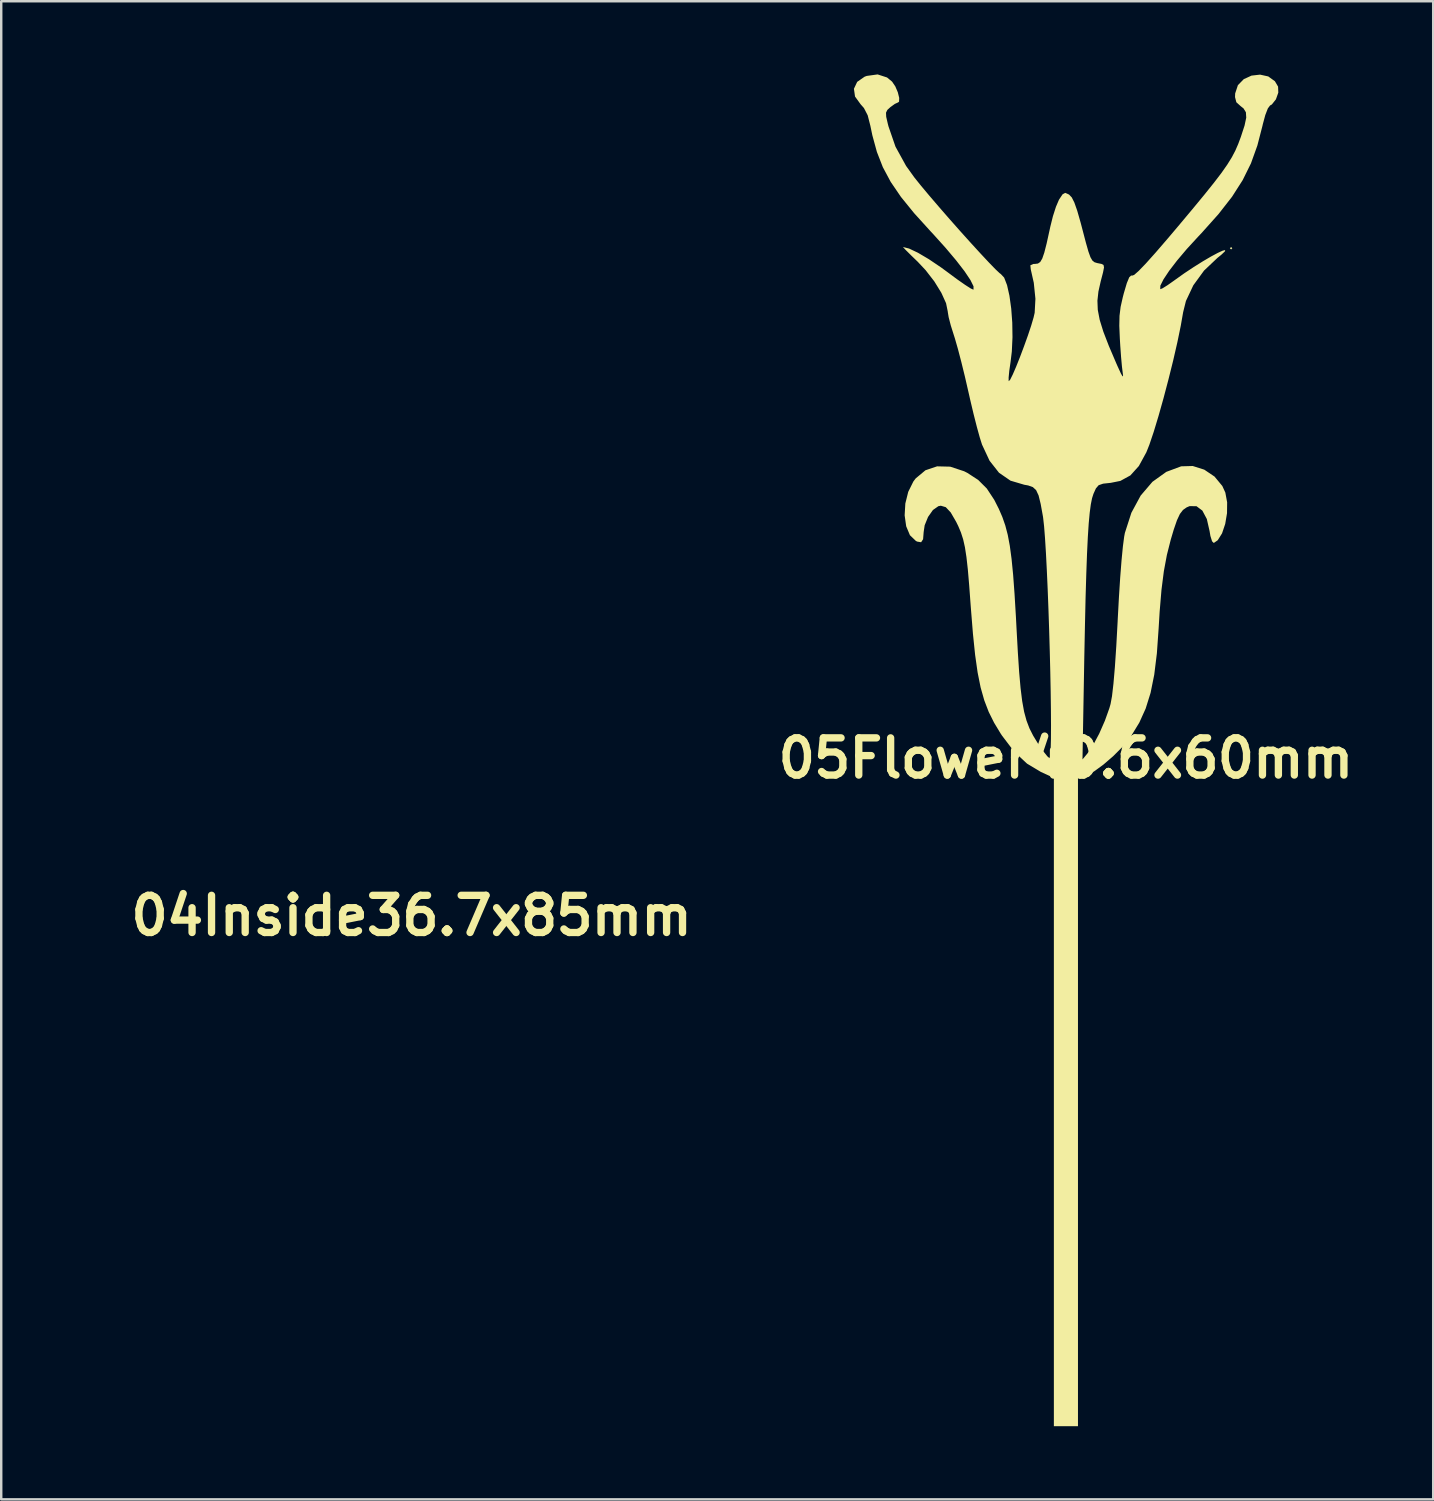
<source format=kicad_pcb>
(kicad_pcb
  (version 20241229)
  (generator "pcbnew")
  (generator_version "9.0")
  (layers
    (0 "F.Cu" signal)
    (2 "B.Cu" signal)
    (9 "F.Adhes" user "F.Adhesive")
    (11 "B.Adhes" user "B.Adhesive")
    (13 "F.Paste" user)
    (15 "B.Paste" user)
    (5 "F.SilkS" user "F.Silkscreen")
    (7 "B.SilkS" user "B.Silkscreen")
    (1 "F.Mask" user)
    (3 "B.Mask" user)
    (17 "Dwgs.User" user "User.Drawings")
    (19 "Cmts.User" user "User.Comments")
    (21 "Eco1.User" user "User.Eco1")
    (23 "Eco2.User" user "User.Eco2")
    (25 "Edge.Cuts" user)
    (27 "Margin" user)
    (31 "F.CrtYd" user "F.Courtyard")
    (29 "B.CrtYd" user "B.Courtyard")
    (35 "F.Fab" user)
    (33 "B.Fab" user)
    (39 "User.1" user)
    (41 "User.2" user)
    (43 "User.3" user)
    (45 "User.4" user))
  (footprint "04Inside36.7x85mm"
    (layer "F.Cu")
    (at 13.821 34.481)
    (property "Reference" "04Inside36.7x85mm" (at 0 0 0) (layer "F.SilkS") (effects (font (size 1.524 1.524) (thickness 0.3))))
    (attr board_only exclude_from_pos_files exclude_from_bom)
    (fp_poly (pts (xy -11.516 -29.816) (xy -10.572 -29.607) (xy -9.495 -29.244) (xy -8.333 -28.747) (xy -7.133 -28.138) (xy -5.976 -27.457) (xy -5.292 -27.024) (xy -5.79 -27.031) (xy -6.151 -27.068) (xy -6.652 -27.161) (xy -7.194 -27.292) (xy -7.284 -27.316) (xy -8.264 -27.63) (xy -9.226 -28.007) (xy -10.122 -28.426) (xy -10.905 -28.862) (xy -11.529 -29.293) (xy -11.89 -29.626) (xy -12.138 -29.907)) (stroke (width 0) (type solid)) (fill yes) (layer "F.Mask"))
    (fp_poly (pts (xy 3.292 -33.618) (xy 3.53 -32.476) (xy 3.577 -31.185) (xy 3.433 -29.754) (xy 3.363 -29.353) (xy 3.253 -28.787) (xy 3.157 -28.323) (xy 3.085 -28.008) (xy 3.047 -27.89) (xy 3.047 -27.89) (xy 3.002 -28.002) (xy 2.919 -28.297) (xy 2.815 -28.715) (xy 2.796 -28.793) (xy 2.607 -29.849) (xy 2.518 -30.931) (xy 2.528 -31.981) (xy 2.636 -32.937) (xy 2.84 -33.739) (xy 2.915 -33.929) (xy 3.077 -34.302)) (stroke (width 0) (type solid)) (fill yes) (layer "F.Mask"))
    (fp_poly (pts (xy 0.243 -33.867) (xy 0.647 -33.31) (xy 1.061 -32.565) (xy 1.459 -31.689) (xy 1.815 -30.741) (xy 2.103 -29.779) (xy 2.122 -29.703) (xy 2.263 -29.124) (xy 2.373 -28.633) (xy 2.443 -28.279) (xy 2.461 -28.113) (xy 2.46 -28.111) (xy 2.382 -28.155) (xy 2.206 -28.367) (xy 1.968 -28.705) (xy 1.913 -28.788) (xy 1.135 -30.077) (xy 0.557 -31.264) (xy 0.167 -32.378) (xy -0.048 -33.448) (xy -0.06 -33.555) (xy -0.14 -34.302)) (stroke (width 0) (type solid)) (fill yes) (layer "F.Mask"))
    (fp_poly (pts (xy -9.679 -32.046) (xy -9.395 -31.933) (xy -9.088 -31.788) (xy -8.53 -31.433) (xy -7.89 -30.898) (xy -7.206 -30.221) (xy -6.513 -29.442) (xy -5.848 -28.598) (xy -5.248 -27.729) (xy -5.212 -27.672) (xy -5.061 -27.416) (xy -5.001 -27.276) (xy -5.006 -27.268) (xy -5.122 -27.333) (xy -5.401 -27.513) (xy -5.801 -27.777) (xy -6.259 -28.086) (xy -7.112 -28.724) (xy -7.92 -29.438) (xy -8.637 -30.179) (xy -9.212 -30.897) (xy -9.506 -31.364) (xy -9.686 -31.718) (xy -9.794 -31.975) (xy -9.808 -32.068)) (stroke (width 0) (type solid)) (fill yes) (layer "F.Mask"))
    (fp_poly (pts (xy 10.078 -34.327) (xy 10.038 -34.097) (xy 9.835 -33.684) (xy 9.471 -33.091) (xy 9.351 -32.91) (xy 8.491 -31.758) (xy 7.453 -30.585) (xy 6.292 -29.453) (xy 5.338 -28.636) (xy 4.867 -28.261) (xy 4.467 -27.951) (xy 4.178 -27.735) (xy 4.037 -27.643) (xy 4.032 -27.641) (xy 4.069 -27.736) (xy 4.224 -27.99) (xy 4.469 -28.362) (xy 4.678 -28.668) (xy 5.82 -30.235) (xy 6.926 -31.606) (xy 7.986 -32.767) (xy 8.987 -33.706) (xy 9.227 -33.904) (xy 9.672 -34.232) (xy 9.956 -34.373)) (stroke (width 0) (type solid)) (fill yes) (layer "F.Mask"))
    (fp_poly (pts (xy -10.589 -27.227) (xy -9.694 -27.174) (xy -8.787 -27.093) (xy -7.901 -26.986) (xy -7.069 -26.854) (xy -6.324 -26.698) (xy -5.932 -26.594) (xy -5.416 -26.442) (xy -6.545 -26.294) (xy -7.304 -26.222) (xy -8.198 -26.178) (xy -9.156 -26.163) (xy -10.11 -26.176) (xy -10.991 -26.217) (xy -11.729 -26.285) (xy -12.033 -26.331) (xy -12.748 -26.477) (xy -13.302 -26.624) (xy -13.668 -26.762) (xy -13.818 -26.884) (xy -13.821 -26.899) (xy -13.703 -27.037) (xy -13.372 -27.141) (xy -12.862 -27.21) (xy -12.206 -27.247) (xy -11.437 -27.252)) (stroke (width 0) (type solid)) (fill yes) (layer "F.Mask"))
    (fp_poly (pts (xy -4.483 -34.125) (xy -4.339 -33.814) (xy -4.187 -33.355) (xy -4.041 -32.798) (xy -3.917 -32.192) (xy -3.84 -31.684) (xy -3.765 -30.843) (xy -3.77 -30.076) (xy -3.839 -29.335) (xy -3.934 -28.613) (xy -4.016 -28.131) (xy -4.094 -27.883) (xy -4.176 -27.861) (xy -4.271 -28.057) (xy -4.386 -28.463) (xy -4.463 -28.778) (xy -4.684 -29.767) (xy -4.836 -30.589) (xy -4.929 -31.313) (xy -4.973 -32.01) (xy -4.98 -32.447) (xy -4.955 -33.082) (xy -4.888 -33.618) (xy -4.787 -34.012) (xy -4.661 -34.219) (xy -4.604 -34.24)) (stroke (width 0) (type solid)) (fill yes) (layer "F.Mask"))
    (fp_poly (pts (xy -3.642 -34.216) (xy -3.198 -33.907) (xy -2.638 -33.424) (xy -1.993 -32.8) (xy -1.291 -32.065) (xy -0.561 -31.25) (xy 0.169 -30.386) (xy 0.869 -29.502) (xy 1.145 -29.135) (xy 1.625 -28.468) (xy 1.94 -27.983) (xy 2.09 -27.682) (xy 2.091 -27.574) (xy 1.979 -27.623) (xy 1.718 -27.79) (xy 1.358 -28.045) (xy 1.228 -28.142) (xy 0.58 -28.671) (xy -0.128 -29.326) (xy -0.862 -30.067) (xy -1.591 -30.858) (xy -2.281 -31.66) (xy -2.899 -32.436) (xy -3.413 -33.148) (xy -3.788 -33.758) (xy -3.927 -34.045) (xy -4.109 -34.481)) (stroke (width 0) (type solid)) (fill yes) (layer "F.Mask"))
    (fp_poly (pts (xy 6.188 -33.95) (xy 6.16 -33.612) (xy 6.076 -33.155) (xy 5.944 -32.617) (xy 5.775 -32.038) (xy 5.576 -31.455) (xy 5.358 -30.907) (xy 5.201 -30.572) (xy 5.012 -30.219) (xy 4.759 -29.777) (xy 4.472 -29.294) (xy 4.18 -28.817) (xy 3.913 -28.395) (xy 3.699 -28.076) (xy 3.569 -27.906) (xy 3.548 -27.89) (xy 3.553 -28.001) (xy 3.605 -28.289) (xy 3.687 -28.668) (xy 4.046 -30.083) (xy 4.423 -31.274) (xy 4.828 -32.266) (xy 5.269 -33.083) (xy 5.367 -33.234) (xy 5.638 -33.623) (xy 5.88 -33.94) (xy 6.039 -34.116) (xy 6.15 -34.131)) (stroke (width 0) (type solid)) (fill yes) (layer "F.Mask"))
    (fp_poly (pts (xy -7.242 -34.316) (xy -7.024 -34.045) (xy -6.877 -33.853) (xy -6.564 -33.387) (xy -6.231 -32.804) (xy -5.942 -32.221) (xy -5.912 -32.153) (xy -5.749 -31.739) (xy -5.558 -31.198) (xy -5.355 -30.578) (xy -5.153 -29.925) (xy -4.966 -29.289) (xy -4.808 -28.715) (xy -4.694 -28.253) (xy -4.637 -27.949) (xy -4.637 -27.861) (xy -4.715 -27.913) (xy -4.897 -28.134) (xy -5.152 -28.484) (xy -5.319 -28.728) (xy -5.822 -29.545) (xy -6.288 -30.426) (xy -6.699 -31.324) (xy -7.038 -32.196) (xy -7.287 -32.997) (xy -7.43 -33.683) (xy -7.448 -34.207) (xy -7.419 -34.376) (xy -7.362 -34.419)) (stroke (width 0) (type solid)) (fill yes) (layer "F.Mask")))
  (footprint "05Flower40.6x60mm"
    (layer "F.Cu")
    (at 40.639 28.028)
    (property "Reference" "05Flower40.6x60mm" (at 0 0 0) (layer "F.SilkS") (effects (font (size 1.524 1.524) (thickness 0.3))))
    (attr board_only exclude_from_pos_files exclude_from_bom)
    (fp_poly (pts (xy 6.819 -20.903) (xy 6.77 -20.854) (xy 6.721 -20.903) (xy 6.77 -20.953)) (stroke (width 0) (type solid)) (fill yes) (layer "F.SilkS"))
    (fp_poly (pts (xy -7.332 -27.903) (xy -7.127 -27.734) (xy -6.994 -27.539) (xy -6.89 -27.295) (xy -6.833 -27.065) (xy -6.839 -26.91) (xy -6.881 -26.879) (xy -7.012 -26.819) (xy -7.197 -26.685) (xy -7.32 -26.572) (xy -7.374 -26.46) (xy -7.366 -26.29) (xy -7.3 -26.004) (xy -7.273 -25.899) (xy -6.986 -25.067) (xy -6.551 -24.277) (xy -6.21 -23.802) (xy -5.94 -23.466) (xy -5.595 -23.054) (xy -5.198 -22.591) (xy -4.77 -22.099) (xy -4.331 -21.603) (xy -3.902 -21.126) (xy -3.505 -20.692) (xy -3.161 -20.324) (xy -2.892 -20.046) (xy -2.717 -19.881) (xy -2.669 -19.847) (xy -2.532 -19.7) (xy -2.413 -19.392) (xy -2.315 -18.957) (xy -2.242 -18.433) (xy -2.199 -17.853) (xy -2.19 -17.255) (xy -2.217 -16.673) (xy -2.269 -16.243) (xy -2.321 -15.883) (xy -2.348 -15.606) (xy -2.347 -15.463) (xy -2.343 -15.455) (xy -2.286 -15.514) (xy -2.181 -15.724) (xy -2.041 -16.047) (xy -1.882 -16.446) (xy -1.717 -16.885) (xy -1.559 -17.325) (xy -1.424 -17.73) (xy -1.326 -18.063) (xy -1.281 -18.257) (xy -1.25 -18.831) (xy -1.317 -19.487) (xy -1.441 -20.038) (xy -1.458 -20.204) (xy -1.341 -20.258) (xy -1.263 -20.261) (xy -1.147 -20.276) (xy -1.053 -20.34) (xy -0.97 -20.48) (xy -0.886 -20.724) (xy -0.79 -21.1) (xy -0.672 -21.636) (xy -0.638 -21.793) (xy -0.533 -22.214) (xy -0.409 -22.601) (xy -0.29 -22.88) (xy -0.274 -22.909) (xy -0.136 -23.115) (xy -0.028 -23.173) (xy 0.109 -23.113) (xy 0.135 -23.097) (xy 0.24 -22.986) (xy 0.346 -22.776) (xy 0.464 -22.44) (xy 0.604 -21.95) (xy 0.682 -21.653) (xy 0.819 -21.13) (xy 0.922 -20.768) (xy 1.006 -20.534) (xy 1.085 -20.398) (xy 1.173 -20.329) (xy 1.285 -20.295) (xy 1.3 -20.292) (xy 1.457 -20.261) (xy 1.542 -20.217) (xy 1.561 -20.115) (xy 1.521 -19.911) (xy 1.43 -19.562) (xy 1.423 -19.534) (xy 1.332 -19.128) (xy 1.291 -18.753) (xy 1.306 -18.377) (xy 1.385 -17.965) (xy 1.534 -17.484) (xy 1.759 -16.901) (xy 2.067 -16.18) (xy 2.12 -16.06) (xy 2.255 -15.767) (xy 2.325 -15.646) (xy 2.342 -15.685) (xy 2.326 -15.813) (xy 2.296 -16.059) (xy 2.261 -16.442) (xy 2.228 -16.9) (xy 2.21 -17.197) (xy 2.188 -17.725) (xy 2.197 -18.134) (xy 2.242 -18.5) (xy 2.332 -18.9) (xy 2.372 -19.053) (xy 2.496 -19.473) (xy 2.596 -19.714) (xy 2.677 -19.789) (xy 2.705 -19.778) (xy 2.794 -19.808) (xy 2.981 -19.972) (xy 3.272 -20.274) (xy 3.671 -20.719) (xy 4.183 -21.313) (xy 4.575 -21.776) (xy 5.182 -22.501) (xy 5.674 -23.097) (xy 6.066 -23.586) (xy 6.375 -23.99) (xy 6.613 -24.33) (xy 6.797 -24.626) (xy 6.942 -24.901) (xy 7.061 -25.175) (xy 7.17 -25.467) (xy 7.322 -25.932) (xy 7.391 -26.256) (xy 7.377 -26.477) (xy 7.279 -26.635) (xy 7.16 -26.729) (xy 6.985 -26.887) (xy 6.931 -27.098) (xy 6.937 -27.249) (xy 7.049 -27.587) (xy 7.289 -27.833) (xy 7.607 -27.979) (xy 7.958 -28.019) (xy 8.294 -27.945) (xy 8.566 -27.748) (xy 8.696 -27.528) (xy 8.705 -27.281) (xy 8.607 -27.006) (xy 8.441 -26.797) (xy 8.367 -26.754) (xy 8.276 -26.633) (xy 8.171 -26.36) (xy 8.068 -25.977) (xy 8.057 -25.926) (xy 7.847 -25.114) (xy 7.584 -24.382) (xy 7.244 -23.694) (xy 6.809 -23.014) (xy 6.255 -22.304) (xy 5.562 -21.529) (xy 5.408 -21.366) (xy 4.952 -20.869) (xy 4.555 -20.399) (xy 4.231 -19.977) (xy 3.998 -19.626) (xy 3.87 -19.369) (xy 3.866 -19.228) (xy 3.869 -19.225) (xy 3.96 -19.261) (xy 4.165 -19.389) (xy 4.442 -19.584) (xy 4.465 -19.601) (xy 4.851 -19.876) (xy 5.24 -20.134) (xy 5.612 -20.367) (xy 5.946 -20.563) (xy 6.224 -20.712) (xy 6.424 -20.804) (xy 6.528 -20.829) (xy 6.516 -20.775) (xy 6.367 -20.634) (xy 6.21 -20.507) (xy 5.661 -19.987) (xy 5.221 -19.383) (xy 4.919 -18.742) (xy 4.805 -18.284) (xy 4.707 -17.724) (xy 4.568 -17.051) (xy 4.397 -16.305) (xy 4.203 -15.526) (xy 3.999 -14.751) (xy 3.793 -14.02) (xy 3.597 -13.373) (xy 3.42 -12.849) (xy 3.296 -12.538) (xy 2.989 -11.976) (xy 2.642 -11.592) (xy 2.232 -11.367) (xy 1.838 -11.288) (xy 1.524 -11.254) (xy 1.342 -11.191) (xy 1.229 -11.059) (xy 1.128 -10.835) (xy 1.071 -10.656) (xy 1.02 -10.402) (xy 0.975 -10.062) (xy 0.934 -9.621) (xy 0.898 -9.066) (xy 0.865 -8.384) (xy 0.835 -7.562) (xy 0.806 -6.586) (xy 0.78 -5.443) (xy 0.753 -4.121) (xy 0.745 -3.657) (xy 0.679 0.049) (xy 0.884 -0.198) (xy 1.117 -0.542) (xy 1.366 -1.011) (xy 1.597 -1.537) (xy 1.781 -2.052) (xy 1.83 -2.224) (xy 1.889 -2.545) (xy 1.948 -3.054) (xy 2.007 -3.738) (xy 2.064 -4.588) (xy 2.119 -5.592) (xy 2.124 -5.699) (xy 2.173 -6.598) (xy 2.225 -7.411) (xy 2.28 -8.112) (xy 2.335 -8.678) (xy 2.388 -9.084) (xy 2.416 -9.233) (xy 2.683 -10.061) (xy 3.064 -10.766) (xy 3.546 -11.33) (xy 4.115 -11.738) (xy 4.724 -11.965) (xy 5.198 -11.978) (xy 5.671 -11.828) (xy 6.091 -11.545) (xy 6.411 -11.158) (xy 6.534 -10.889) (xy 6.608 -10.49) (xy 6.603 -10.044) (xy 6.529 -9.603) (xy 6.399 -9.217) (xy 6.223 -8.936) (xy 6.061 -8.823) (xy 5.99 -8.892) (xy 5.922 -9.111) (xy 5.888 -9.311) (xy 5.775 -9.806) (xy 5.592 -10.15) (xy 5.352 -10.33) (xy 5.069 -10.333) (xy 4.948 -10.282) (xy 4.798 -10.176) (xy 4.672 -10.012) (xy 4.552 -9.756) (xy 4.419 -9.37) (xy 4.297 -8.959) (xy 4.139 -8.336) (xy 4.014 -7.665) (xy 3.917 -6.904) (xy 3.842 -6.012) (xy 3.801 -5.337) (xy 3.728 -4.298) (xy 3.62 -3.423) (xy 3.47 -2.68) (xy 3.269 -2.037) (xy 3.009 -1.462) (xy 2.681 -0.924) (xy 2.614 -0.827) (xy 2.314 -0.462) (xy 1.94 -0.087) (xy 1.537 0.261) (xy 1.151 0.542) (xy 0.826 0.721) (xy 0.73 0.753) (xy 0.494 0.812) (xy 0.494 27.377) (xy -0.494 27.377) (xy -0.494 0.805) (xy -1.022 0.564) (xy -1.593 0.222) (xy -2.118 -0.268) (xy -2.621 -0.929) (xy -2.677 -1.014) (xy -2.944 -1.456) (xy -3.165 -1.9) (xy -3.346 -2.372) (xy -3.496 -2.901) (xy -3.619 -3.514) (xy -3.722 -4.239) (xy -3.811 -5.103) (xy -3.894 -6.133) (xy -3.905 -6.276) (xy -3.965 -7.089) (xy -4.02 -7.735) (xy -4.077 -8.243) (xy -4.139 -8.646) (xy -4.212 -8.971) (xy -4.302 -9.251) (xy -4.413 -9.515) (xy -4.499 -9.69) (xy -4.723 -10.076) (xy -4.924 -10.29) (xy -5.126 -10.35) (xy -5.228 -10.331) (xy -5.451 -10.174) (xy -5.651 -9.89) (xy -5.79 -9.547) (xy -5.831 -9.27) (xy -5.854 -8.976) (xy -5.935 -8.853) (xy -6.094 -8.879) (xy -6.149 -8.906) (xy -6.394 -9.142) (xy -6.547 -9.507) (xy -6.61 -9.955) (xy -6.582 -10.441) (xy -6.463 -10.919) (xy -6.253 -11.343) (xy -6.157 -11.47) (xy -5.758 -11.803) (xy -5.28 -11.964) (xy -4.743 -11.951) (xy -4.171 -11.762) (xy -4.039 -11.695) (xy -3.596 -11.407) (xy -3.243 -11.055) (xy -2.937 -10.59) (xy -2.75 -10.221) (xy -2.606 -9.888) (xy -2.485 -9.541) (xy -2.384 -9.156) (xy -2.3 -8.708) (xy -2.228 -8.172) (xy -2.164 -7.523) (xy -2.106 -6.737) (xy -2.049 -5.79) (xy -2.024 -5.31) (xy -1.97 -4.335) (xy -1.917 -3.532) (xy -1.859 -2.877) (xy -1.793 -2.344) (xy -1.714 -1.907) (xy -1.615 -1.542) (xy -1.494 -1.224) (xy -1.344 -0.928) (xy -1.161 -0.627) (xy -1.116 -0.558) (xy -0.92 -0.277) (xy -0.76 -0.077) (xy -0.671 0) (xy -0.671 0) (xy -0.643 -0.095) (xy -0.625 -0.365) (xy -0.614 -0.787) (xy -0.611 -1.339) (xy -0.615 -1.998) (xy -0.625 -2.741) (xy -0.641 -3.546) (xy -0.662 -4.391) (xy -0.687 -5.253) (xy -0.716 -6.108) (xy -0.748 -6.936) (xy -0.783 -7.712) (xy -0.819 -8.415) (xy -0.857 -9.021) (xy -0.895 -9.509) (xy -0.934 -9.856) (xy -0.943 -9.918) (xy -1.035 -10.424) (xy -1.12 -10.77) (xy -1.221 -10.988) (xy -1.356 -11.113) (xy -1.547 -11.181) (xy -1.705 -11.209) (xy -2.272 -11.377) (xy -2.743 -11.702) (xy -3.13 -12.194) (xy -3.439 -12.856) (xy -3.53 -13.144) (xy -3.65 -13.578) (xy -3.785 -14.109) (xy -3.923 -14.692) (xy -4 -15.031) (xy -4.139 -15.637) (xy -4.286 -16.236) (xy -4.427 -16.776) (xy -4.549 -17.202) (xy -4.6 -17.362) (xy -4.719 -17.74) (xy -4.806 -18.075) (xy -4.843 -18.297) (xy -4.843 -18.31) (xy -4.913 -18.651) (xy -5.106 -19.077) (xy -5.394 -19.544) (xy -5.751 -20.005) (xy -6.069 -20.344) (xy -6.347 -20.613) (xy -6.556 -20.821) (xy -6.666 -20.938) (xy -6.675 -20.953) (xy -6.429 -20.891) (xy -6.066 -20.719) (xy -5.617 -20.454) (xy -5.115 -20.115) (xy -4.837 -19.911) (xy -4.458 -19.63) (xy -4.136 -19.405) (xy -3.904 -19.256) (xy -3.792 -19.205) (xy -3.788 -19.207) (xy -3.787 -19.343) (xy -3.914 -19.6) (xy -4.155 -19.96) (xy -4.499 -20.405) (xy -4.932 -20.919) (xy -5.44 -21.483) (xy -5.546 -21.596) (xy -6.223 -22.343) (xy -6.761 -23.006) (xy -7.181 -23.622) (xy -7.504 -24.226) (xy -7.748 -24.852) (xy -7.935 -25.537) (xy -8.015 -25.921) (xy -8.125 -26.352) (xy -8.279 -26.65) (xy -8.414 -26.803) (xy -8.644 -27.121) (xy -8.689 -27.439) (xy -8.556 -27.722) (xy -8.253 -27.933) (xy -8.164 -27.966) (xy -7.718 -28.028)) (stroke (width 0) (type solid)) (fill yes) (layer "F.SilkS")))
  (gr_rect
    (start -3 -3)
    (end 55.693 58.405)
    (stroke (width 0.1) (type default))
    (fill no)
    (layer "Edge.Cuts")))
</source>
